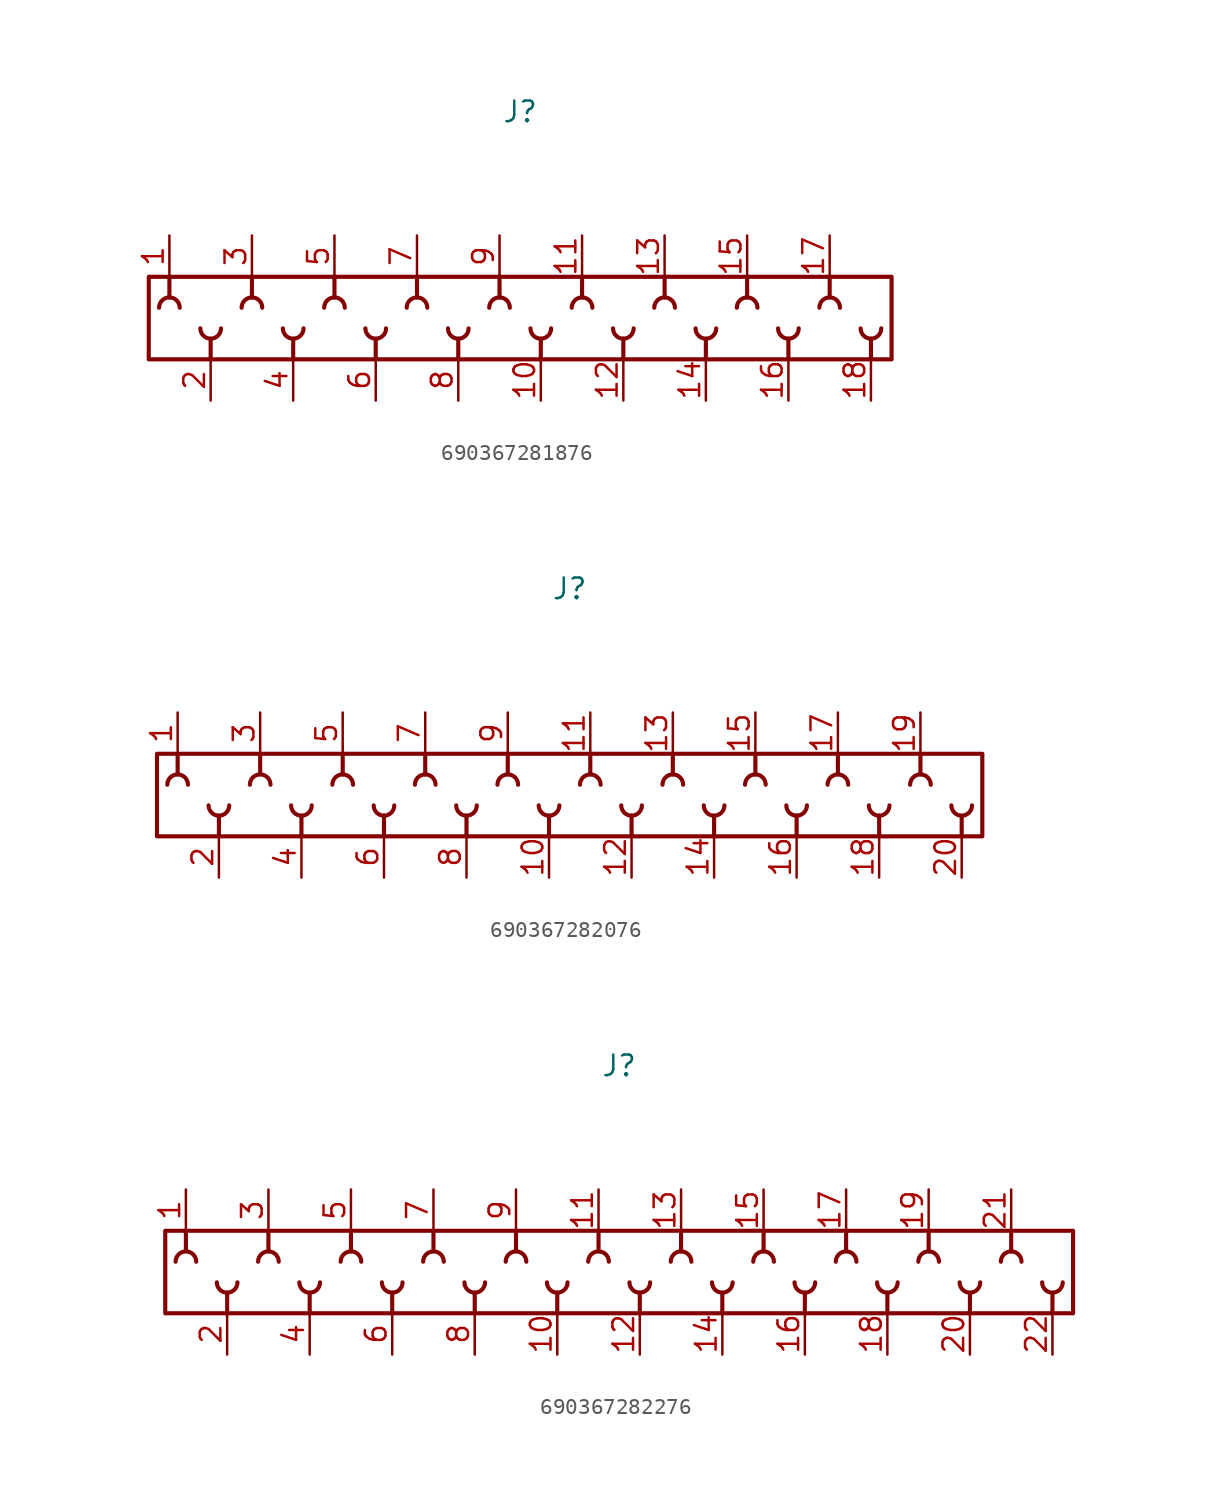
<source format=kicad_sym>
(kicad_symbol_lib
  (version 20241209)
  (generator "kicad_symbol_editor")
  (generator_version "9.0")
  (symbol "690367281876"
    (pin_names
      (hide yes))
    (property "Reference" "J"
      (at 0 12.7 0)
      (effects (font (size 1.27 1.27))))
    (symbol "690367281876_1_1"
      (rectangle (start -22.86 2.54) (end 22.86 -2.54) (stroke (width 0.254) (type solid)) (fill (type none)))
      (polyline (pts (xy -21.59 1.27) (xy -21.59 2.54)) (stroke (width 0.254) (type solid)) (fill (type none)))
      (arc (start -22.225 0.635) (mid -21.59 1.27) (end -20.955 0.635) (stroke (width 0.254) (type solid)) (fill (type none)))
      (arc (start -18.415 -0.635) (mid -19.05 -1.27) (end -19.685 -0.635) (stroke (width 0.254) (type solid)) (fill (type none)))
      (polyline (pts (xy -19.05 -1.27) (xy -19.05 -2.54)) (stroke (width 0.254) (type solid)) (fill (type none)))
      (polyline (pts (xy -16.51 1.27) (xy -16.51 2.54)) (stroke (width 0.254) (type solid)) (fill (type none)))
      (arc (start -17.145 0.635) (mid -16.51 1.27) (end -15.875 0.635) (stroke (width 0.254) (type solid)) (fill (type none)))
      (arc (start -13.335 -0.635) (mid -13.97 -1.27) (end -14.605 -0.635) (stroke (width 0.254) (type solid)) (fill (type none)))
      (polyline (pts (xy -13.97 -1.27) (xy -13.97 -2.54)) (stroke (width 0.254) (type solid)) (fill (type none)))
      (polyline (pts (xy -11.43 1.27) (xy -11.43 2.54)) (stroke (width 0.254) (type solid)) (fill (type none)))
      (arc (start -12.065 0.635) (mid -11.43 1.27) (end -10.795 0.635) (stroke (width 0.254) (type solid)) (fill (type none)))
      (arc (start -8.255 -0.635) (mid -8.89 -1.27) (end -9.525 -0.635) (stroke (width 0.254) (type solid)) (fill (type none)))
      (polyline (pts (xy -8.89 -1.27) (xy -8.89 -2.54)) (stroke (width 0.254) (type solid)) (fill (type none)))
      (polyline (pts (xy -6.35 1.27) (xy -6.35 2.54)) (stroke (width 0.254) (type solid)) (fill (type none)))
      (arc (start -6.985 0.635) (mid -6.35 1.27) (end -5.715 0.635) (stroke (width 0.254) (type solid)) (fill (type none)))
      (arc (start -3.175 -0.635) (mid -3.81 -1.27) (end -4.445 -0.635) (stroke (width 0.254) (type solid)) (fill (type none)))
      (polyline (pts (xy -3.81 -1.27) (xy -3.81 -2.54)) (stroke (width 0.254) (type solid)) (fill (type none)))
      (polyline (pts (xy -1.27 1.27) (xy -1.27 2.54)) (stroke (width 0.254) (type solid)) (fill (type none)))
      (arc (start -1.905 0.635) (mid -1.27 1.27) (end -0.635 0.635) (stroke (width 0.254) (type solid)) (fill (type none)))
      (arc (start 1.905 -0.635) (mid 1.27 -1.27) (end 0.635 -0.635) (stroke (width 0.254) (type solid)) (fill (type none)))
      (polyline (pts (xy 1.27 -1.27) (xy 1.27 -2.54)) (stroke (width 0.254) (type solid)) (fill (type none)))
      (polyline (pts (xy 3.81 1.27) (xy 3.81 2.54)) (stroke (width 0.254) (type solid)) (fill (type none)))
      (arc (start 3.175 0.635) (mid 3.81 1.27) (end 4.445 0.635) (stroke (width 0.254) (type solid)) (fill (type none)))
      (arc (start 6.985 -0.635) (mid 6.35 -1.27) (end 5.715 -0.635) (stroke (width 0.254) (type solid)) (fill (type none)))
      (polyline (pts (xy 6.35 -1.27) (xy 6.35 -2.54)) (stroke (width 0.254) (type solid)) (fill (type none)))
      (polyline (pts (xy 8.89 1.27) (xy 8.89 2.54)) (stroke (width 0.254) (type solid)) (fill (type none)))
      (arc (start 8.255 0.635) (mid 8.89 1.27) (end 9.525 0.635) (stroke (width 0.254) (type solid)) (fill (type none)))
      (arc (start 12.065 -0.635) (mid 11.43 -1.27) (end 10.795 -0.635) (stroke (width 0.254) (type solid)) (fill (type none)))
      (polyline (pts (xy 11.43 -1.27) (xy 11.43 -2.54)) (stroke (width 0.254) (type solid)) (fill (type none)))
      (polyline (pts (xy 13.97 1.27) (xy 13.97 2.54)) (stroke (width 0.254) (type solid)) (fill (type none)))
      (arc (start 13.335 0.635) (mid 13.97 1.27) (end 14.605 0.635) (stroke (width 0.254) (type solid)) (fill (type none)))
      (arc (start 17.145 -0.635) (mid 16.51 -1.27) (end 15.875 -0.635) (stroke (width 0.254) (type solid)) (fill (type none)))
      (polyline (pts (xy 16.51 -1.27) (xy 16.51 -2.54)) (stroke (width 0.254) (type solid)) (fill (type none)))
      (polyline (pts (xy 19.05 1.27) (xy 19.05 2.54)) (stroke (width 0.254) (type solid)) (fill (type none)))
      (arc (start 18.415 0.635) (mid 19.05 1.27) (end 19.685 0.635) (stroke (width 0.254) (type solid)) (fill (type none)))
      (arc (start 22.225 -0.635) (mid 21.59 -1.27) (end 20.955 -0.635) (stroke (width 0.254) (type solid)) (fill (type none)))
      (polyline (pts (xy 21.59 -1.27) (xy 21.59 -2.54)) (stroke (width 0.254) (type solid)) (fill (type none)))
      (pin passive line (at -21.59 5.08 270) (length 2.54) (name "1" (effects (font (size 1.27 1.27)))) (number "1" (effects (font (size 1.27 1.27)))))
      (pin passive line (at -19.05 -5.08 90) (length 2.54) (name "2" (effects (font (size 1.27 1.27)))) (number "2" (effects (font (size 1.27 1.27)))))
      (pin passive line (at -16.51 5.08 270) (length 2.54) (name "3" (effects (font (size 1.27 1.27)))) (number "3" (effects (font (size 1.27 1.27)))))
      (pin passive line (at -13.97 -5.08 90) (length 2.54) (name "4" (effects (font (size 1.27 1.27)))) (number "4" (effects (font (size 1.27 1.27)))))
      (pin passive line (at -11.43 5.08 270) (length 2.54) (name "5" (effects (font (size 1.27 1.27)))) (number "5" (effects (font (size 1.27 1.27)))))
      (pin passive line (at -8.89 -5.08 90) (length 2.54) (name "6" (effects (font (size 1.27 1.27)))) (number "6" (effects (font (size 1.27 1.27)))))
      (pin passive line (at -6.35 5.08 270) (length 2.54) (name "7" (effects (font (size 1.27 1.27)))) (number "7" (effects (font (size 1.27 1.27)))))
      (pin passive line (at -3.81 -5.08 90) (length 2.54) (name "4" (effects (font (size 1.27 1.27)))) (number "8" (effects (font (size 1.27 1.27)))))
      (pin passive line (at -1.27 5.08 270) (length 2.54) (name "9" (effects (font (size 1.27 1.27)))) (number "9" (effects (font (size 1.27 1.27)))))
      (pin passive line (at 1.27 -5.08 90) (length 2.54) (name "10" (effects (font (size 1.27 1.27)))) (number "10" (effects (font (size 1.27 1.27)))))
      (pin passive line (at 3.81 5.08 270) (length 2.54) (name "11" (effects (font (size 1.27 1.27)))) (number "11" (effects (font (size 1.27 1.27)))))
      (pin passive line (at 6.35 -5.08 90) (length 2.54) (name "12" (effects (font (size 1.27 1.27)))) (number "12" (effects (font (size 1.27 1.27)))))
      (pin passive line (at 8.89 5.08 270) (length 2.54) (name "13" (effects (font (size 1.27 1.27)))) (number "13" (effects (font (size 1.27 1.27)))))
      (pin passive line (at 11.43 -5.08 90) (length 2.54) (name "14" (effects (font (size 1.27 1.27)))) (number "14" (effects (font (size 1.27 1.27)))))
      (pin passive line (at 13.97 5.08 270) (length 2.54) (name "15" (effects (font (size 1.27 1.27)))) (number "15" (effects (font (size 1.27 1.27)))))
      (pin passive line (at 16.51 -5.08 90) (length 2.54) (name "16" (effects (font (size 1.27 1.27)))) (number "16" (effects (font (size 1.27 1.27)))))
      (pin passive line (at 19.05 5.08 270) (length 2.54) (name "17" (effects (font (size 1.27 1.27)))) (number "17" (effects (font (size 1.27 1.27)))))
      (pin passive line (at 21.59 -5.08 90) (length 2.54) (name "18" (effects (font (size 1.27 1.27)))) (number "18" (effects (font (size 1.27 1.27)))))))
  (symbol "690367282076"
    (pin_names
      (hide yes))
    (property "Reference" "J"
      (at 0 12.7 0)
      (effects (font (size 1.27 1.27))))
    (symbol "690367282076_1_1"
      (rectangle (start -25.4 2.54) (end 25.4 -2.54) (stroke (width 0.254) (type solid)) (fill (type none)))
      (polyline (pts (xy -24.13 1.27) (xy -24.13 2.54)) (stroke (width 0.254) (type solid)) (fill (type none)))
      (arc (start -24.765 0.635) (mid -24.13 1.27) (end -23.495 0.635) (stroke (width 0.254) (type solid)) (fill (type none)))
      (arc (start -20.955 -0.635) (mid -21.59 -1.27) (end -22.225 -0.635) (stroke (width 0.254) (type solid)) (fill (type none)))
      (polyline (pts (xy -21.59 -1.27) (xy -21.59 -2.54)) (stroke (width 0.254) (type solid)) (fill (type none)))
      (polyline (pts (xy -19.05 1.27) (xy -19.05 2.54)) (stroke (width 0.254) (type solid)) (fill (type none)))
      (arc (start -19.685 0.635) (mid -19.05 1.27) (end -18.415 0.635) (stroke (width 0.254) (type solid)) (fill (type none)))
      (arc (start -15.875 -0.635) (mid -16.51 -1.27) (end -17.145 -0.635) (stroke (width 0.254) (type solid)) (fill (type none)))
      (polyline (pts (xy -16.51 -1.27) (xy -16.51 -2.54)) (stroke (width 0.254) (type solid)) (fill (type none)))
      (polyline (pts (xy -13.97 1.27) (xy -13.97 2.54)) (stroke (width 0.254) (type solid)) (fill (type none)))
      (arc (start -14.605 0.635) (mid -13.97 1.27) (end -13.335 0.635) (stroke (width 0.254) (type solid)) (fill (type none)))
      (arc (start -10.795 -0.635) (mid -11.43 -1.27) (end -12.065 -0.635) (stroke (width 0.254) (type solid)) (fill (type none)))
      (polyline (pts (xy -11.43 -1.27) (xy -11.43 -2.54)) (stroke (width 0.254) (type solid)) (fill (type none)))
      (polyline (pts (xy -8.89 1.27) (xy -8.89 2.54)) (stroke (width 0.254) (type solid)) (fill (type none)))
      (arc (start -9.525 0.635) (mid -8.89 1.27) (end -8.255 0.635) (stroke (width 0.254) (type solid)) (fill (type none)))
      (arc (start -5.715 -0.635) (mid -6.35 -1.27) (end -6.985 -0.635) (stroke (width 0.254) (type solid)) (fill (type none)))
      (polyline (pts (xy -6.35 -1.27) (xy -6.35 -2.54)) (stroke (width 0.254) (type solid)) (fill (type none)))
      (polyline (pts (xy -3.81 1.27) (xy -3.81 2.54)) (stroke (width 0.254) (type solid)) (fill (type none)))
      (arc (start -4.445 0.635) (mid -3.81 1.27) (end -3.175 0.635) (stroke (width 0.254) (type solid)) (fill (type none)))
      (arc (start -0.635 -0.635) (mid -1.27 -1.27) (end -1.905 -0.635) (stroke (width 0.254) (type solid)) (fill (type none)))
      (polyline (pts (xy -1.27 -1.27) (xy -1.27 -2.54)) (stroke (width 0.254) (type solid)) (fill (type none)))
      (polyline (pts (xy 1.27 1.27) (xy 1.27 2.54)) (stroke (width 0.254) (type solid)) (fill (type none)))
      (arc (start 0.635 0.635) (mid 1.27 1.27) (end 1.905 0.635) (stroke (width 0.254) (type solid)) (fill (type none)))
      (arc (start 4.445 -0.635) (mid 3.81 -1.27) (end 3.175 -0.635) (stroke (width 0.254) (type solid)) (fill (type none)))
      (polyline (pts (xy 3.81 -1.27) (xy 3.81 -2.54)) (stroke (width 0.254) (type solid)) (fill (type none)))
      (polyline (pts (xy 6.35 1.27) (xy 6.35 2.54)) (stroke (width 0.254) (type solid)) (fill (type none)))
      (arc (start 5.715 0.635) (mid 6.35 1.27) (end 6.985 0.635) (stroke (width 0.254) (type solid)) (fill (type none)))
      (arc (start 9.525 -0.635) (mid 8.89 -1.27) (end 8.255 -0.635) (stroke (width 0.254) (type solid)) (fill (type none)))
      (polyline (pts (xy 8.89 -1.27) (xy 8.89 -2.54)) (stroke (width 0.254) (type solid)) (fill (type none)))
      (polyline (pts (xy 11.43 1.27) (xy 11.43 2.54)) (stroke (width 0.254) (type solid)) (fill (type none)))
      (arc (start 10.795 0.635) (mid 11.43 1.27) (end 12.065 0.635) (stroke (width 0.254) (type solid)) (fill (type none)))
      (arc (start 14.605 -0.635) (mid 13.97 -1.27) (end 13.335 -0.635) (stroke (width 0.254) (type solid)) (fill (type none)))
      (polyline (pts (xy 13.97 -1.27) (xy 13.97 -2.54)) (stroke (width 0.254) (type solid)) (fill (type none)))
      (polyline (pts (xy 16.51 1.27) (xy 16.51 2.54)) (stroke (width 0.254) (type solid)) (fill (type none)))
      (arc (start 15.875 0.635) (mid 16.51 1.27) (end 17.145 0.635) (stroke (width 0.254) (type solid)) (fill (type none)))
      (arc (start 19.685 -0.635) (mid 19.05 -1.27) (end 18.415 -0.635) (stroke (width 0.254) (type solid)) (fill (type none)))
      (polyline (pts (xy 19.05 -1.27) (xy 19.05 -2.54)) (stroke (width 0.254) (type solid)) (fill (type none)))
      (polyline (pts (xy 21.59 1.27) (xy 21.59 2.54)) (stroke (width 0.254) (type solid)) (fill (type none)))
      (arc (start 20.955 0.635) (mid 21.59 1.27) (end 22.225 0.635) (stroke (width 0.254) (type solid)) (fill (type none)))
      (arc (start 24.765 -0.635) (mid 24.13 -1.27) (end 23.495 -0.635) (stroke (width 0.254) (type solid)) (fill (type none)))
      (polyline (pts (xy 24.13 -1.27) (xy 24.13 -2.54)) (stroke (width 0.254) (type solid)) (fill (type none)))
      (pin passive line (at -24.13 5.08 270) (length 2.54) (name "1" (effects (font (size 1.27 1.27)))) (number "1" (effects (font (size 1.27 1.27)))))
      (pin passive line (at -21.59 -5.08 90) (length 2.54) (name "2" (effects (font (size 1.27 1.27)))) (number "2" (effects (font (size 1.27 1.27)))))
      (pin passive line (at -19.05 5.08 270) (length 2.54) (name "3" (effects (font (size 1.27 1.27)))) (number "3" (effects (font (size 1.27 1.27)))))
      (pin passive line (at -16.51 -5.08 90) (length 2.54) (name "4" (effects (font (size 1.27 1.27)))) (number "4" (effects (font (size 1.27 1.27)))))
      (pin passive line (at -13.97 5.08 270) (length 2.54) (name "5" (effects (font (size 1.27 1.27)))) (number "5" (effects (font (size 1.27 1.27)))))
      (pin passive line (at -11.43 -5.08 90) (length 2.54) (name "6" (effects (font (size 1.27 1.27)))) (number "6" (effects (font (size 1.27 1.27)))))
      (pin passive line (at -8.89 5.08 270) (length 2.54) (name "7" (effects (font (size 1.27 1.27)))) (number "7" (effects (font (size 1.27 1.27)))))
      (pin passive line (at -6.35 -5.08 90) (length 2.54) (name "4" (effects (font (size 1.27 1.27)))) (number "8" (effects (font (size 1.27 1.27)))))
      (pin passive line (at -3.81 5.08 270) (length 2.54) (name "9" (effects (font (size 1.27 1.27)))) (number "9" (effects (font (size 1.27 1.27)))))
      (pin passive line (at -1.27 -5.08 90) (length 2.54) (name "10" (effects (font (size 1.27 1.27)))) (number "10" (effects (font (size 1.27 1.27)))))
      (pin passive line (at 1.27 5.08 270) (length 2.54) (name "11" (effects (font (size 1.27 1.27)))) (number "11" (effects (font (size 1.27 1.27)))))
      (pin passive line (at 3.81 -5.08 90) (length 2.54) (name "12" (effects (font (size 1.27 1.27)))) (number "12" (effects (font (size 1.27 1.27)))))
      (pin passive line (at 6.35 5.08 270) (length 2.54) (name "13" (effects (font (size 1.27 1.27)))) (number "13" (effects (font (size 1.27 1.27)))))
      (pin passive line (at 8.89 -5.08 90) (length 2.54) (name "14" (effects (font (size 1.27 1.27)))) (number "14" (effects (font (size 1.27 1.27)))))
      (pin passive line (at 11.43 5.08 270) (length 2.54) (name "15" (effects (font (size 1.27 1.27)))) (number "15" (effects (font (size 1.27 1.27)))))
      (pin passive line (at 13.97 -5.08 90) (length 2.54) (name "16" (effects (font (size 1.27 1.27)))) (number "16" (effects (font (size 1.27 1.27)))))
      (pin passive line (at 16.51 5.08 270) (length 2.54) (name "17" (effects (font (size 1.27 1.27)))) (number "17" (effects (font (size 1.27 1.27)))))
      (pin passive line (at 19.05 -5.08 90) (length 2.54) (name "18" (effects (font (size 1.27 1.27)))) (number "18" (effects (font (size 1.27 1.27)))))
      (pin passive line (at 21.59 5.08 270) (length 2.54) (name "19" (effects (font (size 1.27 1.27)))) (number "19" (effects (font (size 1.27 1.27)))))
      (pin passive line (at 24.13 -5.08 90) (length 2.54) (name "20" (effects (font (size 1.27 1.27)))) (number "20" (effects (font (size 1.27 1.27)))))))
  (symbol "690367282276"
    (pin_names
      (hide yes))
    (property "Reference" "J"
      (at 0 12.7 0)
      (effects (font (size 1.27 1.27))))
    (symbol "690367282276_1_1"
      (rectangle (start -27.94 2.54) (end 27.94 -2.54) (stroke (width 0.254) (type solid)) (fill (type none)))
      (polyline (pts (xy -26.67 1.27) (xy -26.67 2.54)) (stroke (width 0.254) (type solid)) (fill (type none)))
      (arc (start -27.305 0.635) (mid -26.67 1.27) (end -26.035 0.635) (stroke (width 0.254) (type solid)) (fill (type none)))
      (arc (start -23.495 -0.635) (mid -24.13 -1.27) (end -24.765 -0.635) (stroke (width 0.254) (type solid)) (fill (type none)))
      (polyline (pts (xy -24.13 -1.27) (xy -24.13 -2.54)) (stroke (width 0.254) (type solid)) (fill (type none)))
      (polyline (pts (xy -21.59 1.27) (xy -21.59 2.54)) (stroke (width 0.254) (type solid)) (fill (type none)))
      (arc (start -22.225 0.635) (mid -21.59 1.27) (end -20.955 0.635) (stroke (width 0.254) (type solid)) (fill (type none)))
      (arc (start -18.415 -0.635) (mid -19.05 -1.27) (end -19.685 -0.635) (stroke (width 0.254) (type solid)) (fill (type none)))
      (polyline (pts (xy -19.05 -1.27) (xy -19.05 -2.54)) (stroke (width 0.254) (type solid)) (fill (type none)))
      (polyline (pts (xy -16.51 1.27) (xy -16.51 2.54)) (stroke (width 0.254) (type solid)) (fill (type none)))
      (arc (start -17.145 0.635) (mid -16.51 1.27) (end -15.875 0.635) (stroke (width 0.254) (type solid)) (fill (type none)))
      (arc (start -13.335 -0.635) (mid -13.97 -1.27) (end -14.605 -0.635) (stroke (width 0.254) (type solid)) (fill (type none)))
      (polyline (pts (xy -13.97 -1.27) (xy -13.97 -2.54)) (stroke (width 0.254) (type solid)) (fill (type none)))
      (polyline (pts (xy -11.43 1.27) (xy -11.43 2.54)) (stroke (width 0.254) (type solid)) (fill (type none)))
      (arc (start -12.065 0.635) (mid -11.43 1.27) (end -10.795 0.635) (stroke (width 0.254) (type solid)) (fill (type none)))
      (arc (start -8.255 -0.635) (mid -8.89 -1.27) (end -9.525 -0.635) (stroke (width 0.254) (type solid)) (fill (type none)))
      (polyline (pts (xy -8.89 -1.27) (xy -8.89 -2.54)) (stroke (width 0.254) (type solid)) (fill (type none)))
      (polyline (pts (xy -6.35 1.27) (xy -6.35 2.54)) (stroke (width 0.254) (type solid)) (fill (type none)))
      (arc (start -6.985 0.635) (mid -6.35 1.27) (end -5.715 0.635) (stroke (width 0.254) (type solid)) (fill (type none)))
      (arc (start -3.175 -0.635) (mid -3.81 -1.27) (end -4.445 -0.635) (stroke (width 0.254) (type solid)) (fill (type none)))
      (polyline (pts (xy -3.81 -1.27) (xy -3.81 -2.54)) (stroke (width 0.254) (type solid)) (fill (type none)))
      (polyline (pts (xy -1.27 1.27) (xy -1.27 2.54)) (stroke (width 0.254) (type solid)) (fill (type none)))
      (arc (start -1.905 0.635) (mid -1.27 1.27) (end -0.635 0.635) (stroke (width 0.254) (type solid)) (fill (type none)))
      (arc (start 1.905 -0.635) (mid 1.27 -1.27) (end 0.635 -0.635) (stroke (width 0.254) (type solid)) (fill (type none)))
      (polyline (pts (xy 1.27 -1.27) (xy 1.27 -2.54)) (stroke (width 0.254) (type solid)) (fill (type none)))
      (polyline (pts (xy 3.81 1.27) (xy 3.81 2.54)) (stroke (width 0.254) (type solid)) (fill (type none)))
      (arc (start 3.175 0.635) (mid 3.81 1.27) (end 4.445 0.635) (stroke (width 0.254) (type solid)) (fill (type none)))
      (arc (start 6.985 -0.635) (mid 6.35 -1.27) (end 5.715 -0.635) (stroke (width 0.254) (type solid)) (fill (type none)))
      (polyline (pts (xy 6.35 -1.27) (xy 6.35 -2.54)) (stroke (width 0.254) (type solid)) (fill (type none)))
      (polyline (pts (xy 8.89 1.27) (xy 8.89 2.54)) (stroke (width 0.254) (type solid)) (fill (type none)))
      (arc (start 8.255 0.635) (mid 8.89 1.27) (end 9.525 0.635) (stroke (width 0.254) (type solid)) (fill (type none)))
      (arc (start 12.065 -0.635) (mid 11.43 -1.27) (end 10.795 -0.635) (stroke (width 0.254) (type solid)) (fill (type none)))
      (polyline (pts (xy 11.43 -1.27) (xy 11.43 -2.54)) (stroke (width 0.254) (type solid)) (fill (type none)))
      (polyline (pts (xy 13.97 1.27) (xy 13.97 2.54)) (stroke (width 0.254) (type solid)) (fill (type none)))
      (arc (start 13.335 0.635) (mid 13.97 1.27) (end 14.605 0.635) (stroke (width 0.254) (type solid)) (fill (type none)))
      (arc (start 17.145 -0.635) (mid 16.51 -1.27) (end 15.875 -0.635) (stroke (width 0.254) (type solid)) (fill (type none)))
      (polyline (pts (xy 16.51 -1.27) (xy 16.51 -2.54)) (stroke (width 0.254) (type solid)) (fill (type none)))
      (polyline (pts (xy 19.05 1.27) (xy 19.05 2.54)) (stroke (width 0.254) (type solid)) (fill (type none)))
      (arc (start 18.415 0.635) (mid 19.05 1.27) (end 19.685 0.635) (stroke (width 0.254) (type solid)) (fill (type none)))
      (arc (start 22.225 -0.635) (mid 21.59 -1.27) (end 20.955 -0.635) (stroke (width 0.254) (type solid)) (fill (type none)))
      (polyline (pts (xy 21.59 -1.27) (xy 21.59 -2.54)) (stroke (width 0.254) (type solid)) (fill (type none)))
      (polyline (pts (xy 24.13 1.27) (xy 24.13 2.54)) (stroke (width 0.254) (type solid)) (fill (type none)))
      (arc (start 23.495 0.635) (mid 24.13 1.27) (end 24.765 0.635) (stroke (width 0.254) (type solid)) (fill (type none)))
      (arc (start 27.305 -0.635) (mid 26.67 -1.27) (end 26.035 -0.635) (stroke (width 0.254) (type solid)) (fill (type none)))
      (polyline (pts (xy 26.67 -1.27) (xy 26.67 -2.54)) (stroke (width 0.254) (type solid)) (fill (type none)))
      (pin passive line (at -26.67 5.08 270) (length 2.54) (name "1" (effects (font (size 1.27 1.27)))) (number "1" (effects (font (size 1.27 1.27)))))
      (pin passive line (at -24.13 -5.08 90) (length 2.54) (name "2" (effects (font (size 1.27 1.27)))) (number "2" (effects (font (size 1.27 1.27)))))
      (pin passive line (at -21.59 5.08 270) (length 2.54) (name "3" (effects (font (size 1.27 1.27)))) (number "3" (effects (font (size 1.27 1.27)))))
      (pin passive line (at -19.05 -5.08 90) (length 2.54) (name "4" (effects (font (size 1.27 1.27)))) (number "4" (effects (font (size 1.27 1.27)))))
      (pin passive line (at -16.51 5.08 270) (length 2.54) (name "5" (effects (font (size 1.27 1.27)))) (number "5" (effects (font (size 1.27 1.27)))))
      (pin passive line (at -13.97 -5.08 90) (length 2.54) (name "6" (effects (font (size 1.27 1.27)))) (number "6" (effects (font (size 1.27 1.27)))))
      (pin passive line (at -11.43 5.08 270) (length 2.54) (name "7" (effects (font (size 1.27 1.27)))) (number "7" (effects (font (size 1.27 1.27)))))
      (pin passive line (at -8.89 -5.08 90) (length 2.54) (name "4" (effects (font (size 1.27 1.27)))) (number "8" (effects (font (size 1.27 1.27)))))
      (pin passive line (at -6.35 5.08 270) (length 2.54) (name "9" (effects (font (size 1.27 1.27)))) (number "9" (effects (font (size 1.27 1.27)))))
      (pin passive line (at -3.81 -5.08 90) (length 2.54) (name "10" (effects (font (size 1.27 1.27)))) (number "10" (effects (font (size 1.27 1.27)))))
      (pin passive line (at -1.27 5.08 270) (length 2.54) (name "11" (effects (font (size 1.27 1.27)))) (number "11" (effects (font (size 1.27 1.27)))))
      (pin passive line (at 1.27 -5.08 90) (length 2.54) (name "12" (effects (font (size 1.27 1.27)))) (number "12" (effects (font (size 1.27 1.27)))))
      (pin passive line (at 3.81 5.08 270) (length 2.54) (name "13" (effects (font (size 1.27 1.27)))) (number "13" (effects (font (size 1.27 1.27)))))
      (pin passive line (at 6.35 -5.08 90) (length 2.54) (name "14" (effects (font (size 1.27 1.27)))) (number "14" (effects (font (size 1.27 1.27)))))
      (pin passive line (at 8.89 5.08 270) (length 2.54) (name "15" (effects (font (size 1.27 1.27)))) (number "15" (effects (font (size 1.27 1.27)))))
      (pin passive line (at 11.43 -5.08 90) (length 2.54) (name "16" (effects (font (size 1.27 1.27)))) (number "16" (effects (font (size 1.27 1.27)))))
      (pin passive line (at 13.97 5.08 270) (length 2.54) (name "17" (effects (font (size 1.27 1.27)))) (number "17" (effects (font (size 1.27 1.27)))))
      (pin passive line (at 16.51 -5.08 90) (length 2.54) (name "18" (effects (font (size 1.27 1.27)))) (number "18" (effects (font (size 1.27 1.27)))))
      (pin passive line (at 19.05 5.08 270) (length 2.54) (name "19" (effects (font (size 1.27 1.27)))) (number "19" (effects (font (size 1.27 1.27)))))
      (pin passive line (at 21.59 -5.08 90) (length 2.54) (name "20" (effects (font (size 1.27 1.27)))) (number "20" (effects (font (size 1.27 1.27)))))
      (pin passive line (at 24.13 5.08 270) (length 2.54) (name "21" (effects (font (size 1.27 1.27)))) (number "21" (effects (font (size 1.27 1.27)))))
      (pin passive line (at 26.67 -5.08 90) (length 2.54) (name "22" (effects (font (size 1.27 1.27)))) (number "22" (effects (font (size 1.27 1.27))))))))
</source>
